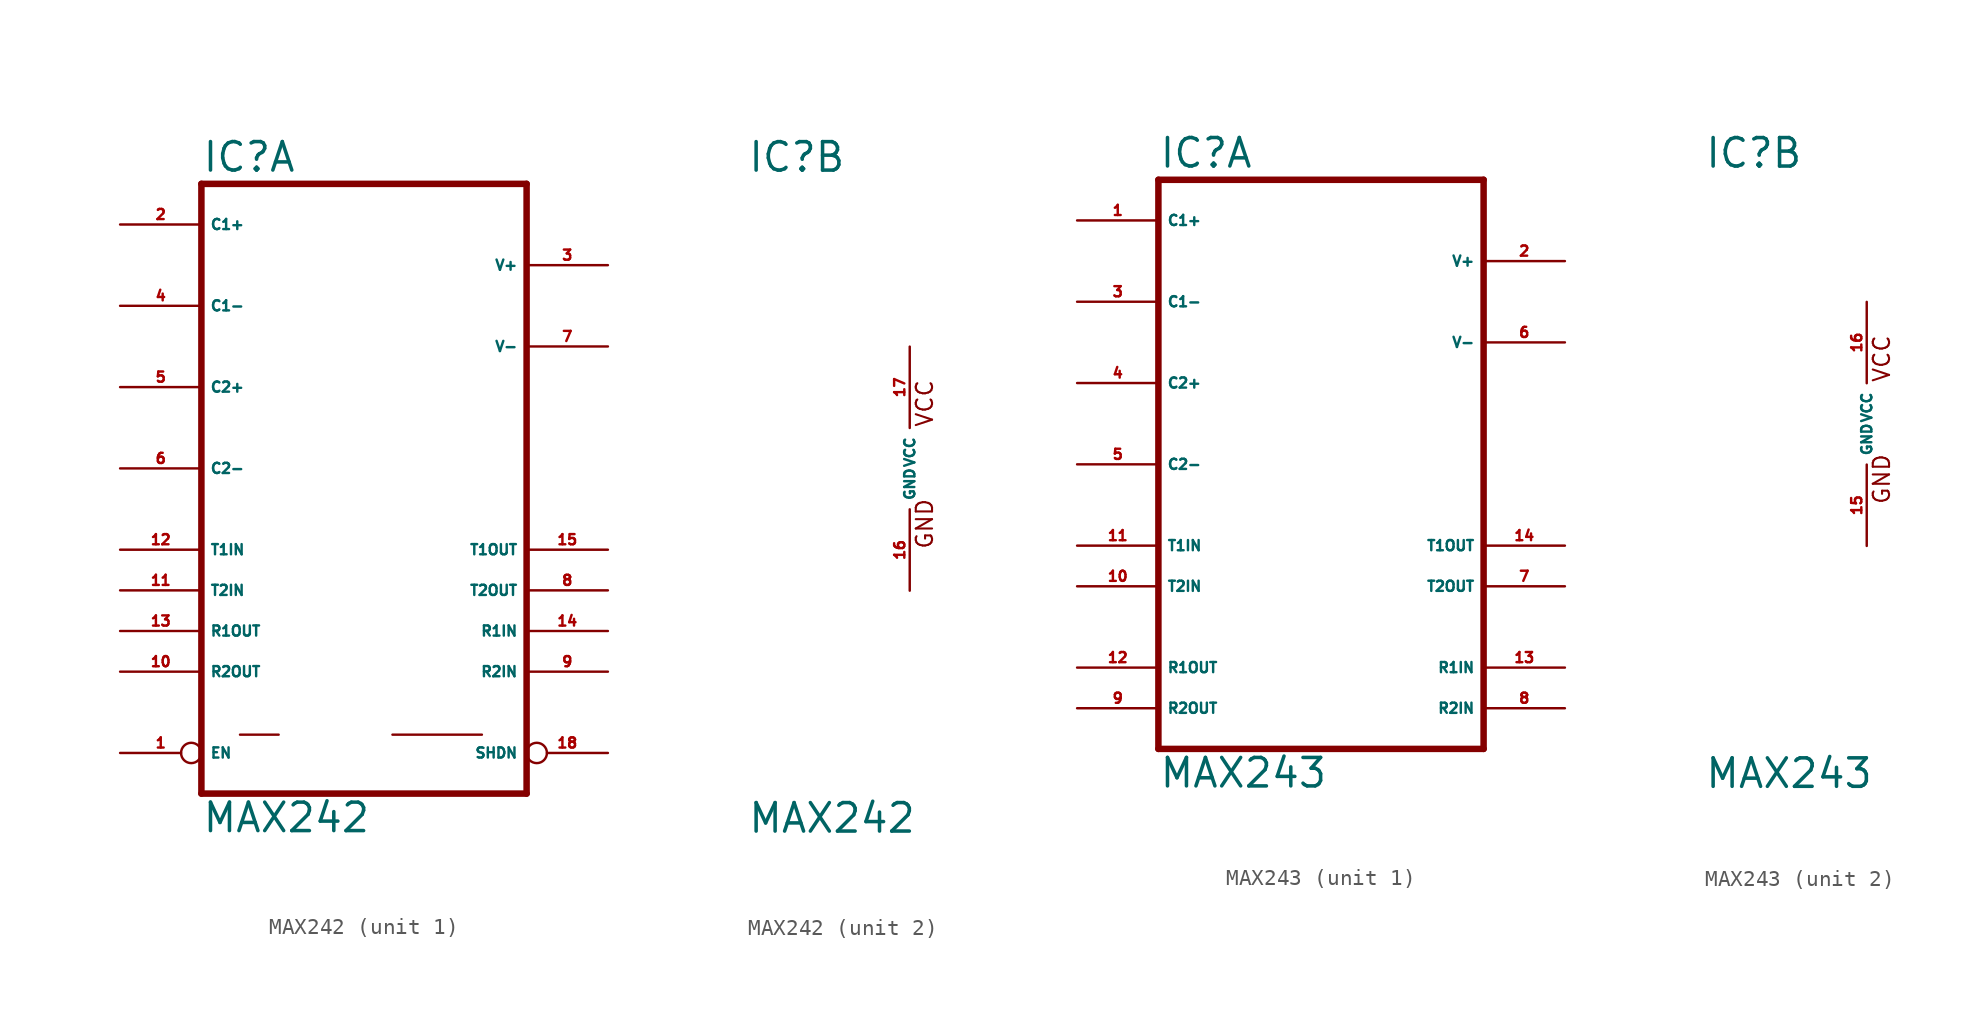
<source format=kicad_sym>
(kicad_symbol_lib
  (version 20220914)
  (generator Eagle2Kicad)
  (symbol "MAX242"
    (property "Reference" "IC"
      (at -10.16 18.415 0)
      (effects (font (size 1.778 1.778) (thickness 0.22)) (justify left bottom)))
    (property "Value" "MAX242"
      (at -10.16 -22.86 0)
      (effects (font (size 1.778 1.778) (thickness 0.22)) (justify left bottom)))
    (symbol "MAX242_1_0"
      (polyline (pts (xy -10.16 17.78) (xy 10.16 17.78)) (stroke (width 0.406) (type default)) (fill (type none)))
      (polyline (pts (xy 10.16 -20.32) (xy 10.16 17.78)) (stroke (width 0.406) (type default)) (fill (type none)))
      (polyline (pts (xy 10.16 -20.32) (xy -10.16 -20.32)) (stroke (width 0.406) (type default)) (fill (type none)))
      (polyline (pts (xy -10.16 17.78) (xy -10.16 -20.32)) (stroke (width 0.406) (type default)) (fill (type none)))
      (polyline (pts (xy 1.778 -16.637) (xy 7.366 -16.637)) (stroke (width 0.152) (type default)) (fill (type none)))
      (polyline (pts (xy -7.747 -16.637) (xy -5.334 -16.637)) (stroke (width 0.152) (type default)) (fill (type none)))
      (pin bidirectional line (at -15.24 15.24 0) (length 5.08) (name "C1+" (effects (font (size 0.635 0.635) (thickness 0.08)) (justify left bottom))) (number "2" (effects (font (size 0.635 0.635) (thickness 0.08)) (justify left bottom))))
      (pin bidirectional line (at -15.24 10.16 0) (length 5.08) (name "C1-" (effects (font (size 0.635 0.635) (thickness 0.08)) (justify left bottom))) (number "4" (effects (font (size 0.635 0.635) (thickness 0.08)) (justify left bottom))))
      (pin bidirectional line (at -15.24 5.08 0) (length 5.08) (name "C2+" (effects (font (size 0.635 0.635) (thickness 0.08)) (justify left bottom))) (number "5" (effects (font (size 0.635 0.635) (thickness 0.08)) (justify left bottom))))
      (pin bidirectional line (at -15.24 0 0) (length 5.08) (name "C2-" (effects (font (size 0.635 0.635) (thickness 0.08)) (justify left bottom))) (number "6" (effects (font (size 0.635 0.635) (thickness 0.08)) (justify left bottom))))
      (pin input line (at -15.24 -5.08 0) (length 5.08) (name "T1IN" (effects (font (size 0.635 0.635) (thickness 0.08)) (justify left bottom))) (number "12" (effects (font (size 0.635 0.635) (thickness 0.08)) (justify left bottom))))
      (pin input line (at -15.24 -7.62 0) (length 5.08) (name "T2IN" (effects (font (size 0.635 0.635) (thickness 0.08)) (justify left bottom))) (number "11" (effects (font (size 0.635 0.635) (thickness 0.08)) (justify left bottom))))
      (pin output line (at -15.24 -10.16 0) (length 5.08) (name "R1OUT" (effects (font (size 0.635 0.635) (thickness 0.08)) (justify left bottom))) (number "13" (effects (font (size 0.635 0.635) (thickness 0.08)) (justify left bottom))))
      (pin output line (at -15.24 -12.7 0) (length 5.08) (name "R2OUT" (effects (font (size 0.635 0.635) (thickness 0.08)) (justify left bottom))) (number "10" (effects (font (size 0.635 0.635) (thickness 0.08)) (justify left bottom))))
      (pin bidirectional line (at 15.24 12.7 180) (length 5.08) (name "V+" (effects (font (size 0.635 0.635) (thickness 0.08)) (justify left bottom))) (number "3" (effects (font (size 0.635 0.635) (thickness 0.08)) (justify left bottom))))
      (pin bidirectional line (at 15.24 7.62 180) (length 5.08) (name "V-" (effects (font (size 0.635 0.635) (thickness 0.08)) (justify left bottom))) (number "7" (effects (font (size 0.635 0.635) (thickness 0.08)) (justify left bottom))))
      (pin output line (at 15.24 -5.08 180) (length 5.08) (name "T1OUT" (effects (font (size 0.635 0.635) (thickness 0.08)) (justify left bottom))) (number "15" (effects (font (size 0.635 0.635) (thickness 0.08)) (justify left bottom))))
      (pin output line (at 15.24 -7.62 180) (length 5.08) (name "T2OUT" (effects (font (size 0.635 0.635) (thickness 0.08)) (justify left bottom))) (number "8" (effects (font (size 0.635 0.635) (thickness 0.08)) (justify left bottom))))
      (pin input line (at 15.24 -10.16 180) (length 5.08) (name "R1IN" (effects (font (size 0.635 0.635) (thickness 0.08)) (justify left bottom))) (number "14" (effects (font (size 0.635 0.635) (thickness 0.08)) (justify left bottom))))
      (pin input line (at 15.24 -12.7 180) (length 5.08) (name "R2IN" (effects (font (size 0.635 0.635) (thickness 0.08)) (justify left bottom))) (number "9" (effects (font (size 0.635 0.635) (thickness 0.08)) (justify left bottom))))
      (pin passive inverted (at -15.24 -17.78 0) (length 5.08) (name "EN" (effects (font (size 0.635 0.635) (thickness 0.08)) (justify left bottom))) (number "1" (effects (font (size 0.635 0.635) (thickness 0.08)) (justify left bottom))))
      (pin passive inverted (at 15.24 -17.78 180) (length 5.08) (name "SHDN" (effects (font (size 0.635 0.635) (thickness 0.08)) (justify left bottom))) (number "18" (effects (font (size 0.635 0.635) (thickness 0.08)) (justify left bottom)))))
    (symbol "MAX242_2_0"
      (text "GND" (at 1.524 -5.08 900) (effects (font (size 1.016 1.016) (thickness 0.13)) (justify left bottom)))
      (text "VCC" (at 1.524 2.54 900) (effects (font (size 1.016 1.016) (thickness 0.13)) (justify left bottom)))
      (pin unspecified line (at 0 7.62 270) (length 5.08) (name "VCC" (effects (font (size 0.635 0.635) (thickness 0.08)) (justify left bottom))) (number "17" (effects (font (size 0.635 0.635) (thickness 0.08)) (justify left bottom))))
      (pin unspecified line (at 0 -7.62 90) (length 5.08) (name "GND" (effects (font (size 0.635 0.635) (thickness 0.08)) (justify left bottom))) (number "16" (effects (font (size 0.635 0.635) (thickness 0.08)) (justify left bottom))))))
  (symbol "MAX243"
    (property "Reference" "IC"
      (at -10.16 15.875 0)
      (effects (font (size 1.778 1.778) (thickness 0.22)) (justify left bottom)))
    (property "Value" "MAX243"
      (at -10.16 -22.86 0)
      (effects (font (size 1.778 1.778) (thickness 0.22)) (justify left bottom)))
    (symbol "MAX243_1_0"
      (polyline (pts (xy -10.16 15.24) (xy 10.16 15.24)) (stroke (width 0.406) (type default)) (fill (type none)))
      (polyline (pts (xy 10.16 -20.32) (xy 10.16 15.24)) (stroke (width 0.406) (type default)) (fill (type none)))
      (polyline (pts (xy 10.16 -20.32) (xy -10.16 -20.32)) (stroke (width 0.406) (type default)) (fill (type none)))
      (polyline (pts (xy -10.16 15.24) (xy -10.16 -20.32)) (stroke (width 0.406) (type default)) (fill (type none)))
      (pin bidirectional line (at -15.24 12.7 0) (length 5.08) (name "C1+" (effects (font (size 0.635 0.635) (thickness 0.08)) (justify left bottom))) (number "1" (effects (font (size 0.635 0.635) (thickness 0.08)) (justify left bottom))))
      (pin bidirectional line (at -15.24 7.62 0) (length 5.08) (name "C1-" (effects (font (size 0.635 0.635) (thickness 0.08)) (justify left bottom))) (number "3" (effects (font (size 0.635 0.635) (thickness 0.08)) (justify left bottom))))
      (pin bidirectional line (at -15.24 2.54 0) (length 5.08) (name "C2+" (effects (font (size 0.635 0.635) (thickness 0.08)) (justify left bottom))) (number "4" (effects (font (size 0.635 0.635) (thickness 0.08)) (justify left bottom))))
      (pin bidirectional line (at -15.24 -2.54 0) (length 5.08) (name "C2-" (effects (font (size 0.635 0.635) (thickness 0.08)) (justify left bottom))) (number "5" (effects (font (size 0.635 0.635) (thickness 0.08)) (justify left bottom))))
      (pin input line (at -15.24 -7.62 0) (length 5.08) (name "T1IN" (effects (font (size 0.635 0.635) (thickness 0.08)) (justify left bottom))) (number "11" (effects (font (size 0.635 0.635) (thickness 0.08)) (justify left bottom))))
      (pin input line (at -15.24 -10.16 0) (length 5.08) (name "T2IN" (effects (font (size 0.635 0.635) (thickness 0.08)) (justify left bottom))) (number "10" (effects (font (size 0.635 0.635) (thickness 0.08)) (justify left bottom))))
      (pin output line (at -15.24 -15.24 0) (length 5.08) (name "R1OUT" (effects (font (size 0.635 0.635) (thickness 0.08)) (justify left bottom))) (number "12" (effects (font (size 0.635 0.635) (thickness 0.08)) (justify left bottom))))
      (pin output line (at -15.24 -17.78 0) (length 5.08) (name "R2OUT" (effects (font (size 0.635 0.635) (thickness 0.08)) (justify left bottom))) (number "9" (effects (font (size 0.635 0.635) (thickness 0.08)) (justify left bottom))))
      (pin bidirectional line (at 15.24 10.16 180) (length 5.08) (name "V+" (effects (font (size 0.635 0.635) (thickness 0.08)) (justify left bottom))) (number "2" (effects (font (size 0.635 0.635) (thickness 0.08)) (justify left bottom))))
      (pin bidirectional line (at 15.24 5.08 180) (length 5.08) (name "V-" (effects (font (size 0.635 0.635) (thickness 0.08)) (justify left bottom))) (number "6" (effects (font (size 0.635 0.635) (thickness 0.08)) (justify left bottom))))
      (pin output line (at 15.24 -7.62 180) (length 5.08) (name "T1OUT" (effects (font (size 0.635 0.635) (thickness 0.08)) (justify left bottom))) (number "14" (effects (font (size 0.635 0.635) (thickness 0.08)) (justify left bottom))))
      (pin output line (at 15.24 -10.16 180) (length 5.08) (name "T2OUT" (effects (font (size 0.635 0.635) (thickness 0.08)) (justify left bottom))) (number "7" (effects (font (size 0.635 0.635) (thickness 0.08)) (justify left bottom))))
      (pin input line (at 15.24 -15.24 180) (length 5.08) (name "R1IN" (effects (font (size 0.635 0.635) (thickness 0.08)) (justify left bottom))) (number "13" (effects (font (size 0.635 0.635) (thickness 0.08)) (justify left bottom))))
      (pin input line (at 15.24 -17.78 180) (length 5.08) (name "R2IN" (effects (font (size 0.635 0.635) (thickness 0.08)) (justify left bottom))) (number "8" (effects (font (size 0.635 0.635) (thickness 0.08)) (justify left bottom)))))
    (symbol "MAX243_2_0"
      (text "GND" (at 1.524 -5.08 900) (effects (font (size 1.016 1.016) (thickness 0.13)) (justify left bottom)))
      (text "VCC" (at 1.524 2.54 900) (effects (font (size 1.016 1.016) (thickness 0.13)) (justify left bottom)))
      (pin unspecified line (at 0 7.62 270) (length 5.08) (name "VCC" (effects (font (size 0.635 0.635) (thickness 0.08)) (justify left bottom))) (number "16" (effects (font (size 0.635 0.635) (thickness 0.08)) (justify left bottom))))
      (pin unspecified line (at 0 -7.62 90) (length 5.08) (name "GND" (effects (font (size 0.635 0.635) (thickness 0.08)) (justify left bottom))) (number "15" (effects (font (size 0.635 0.635) (thickness 0.08)) (justify left bottom)))))))
</source>
